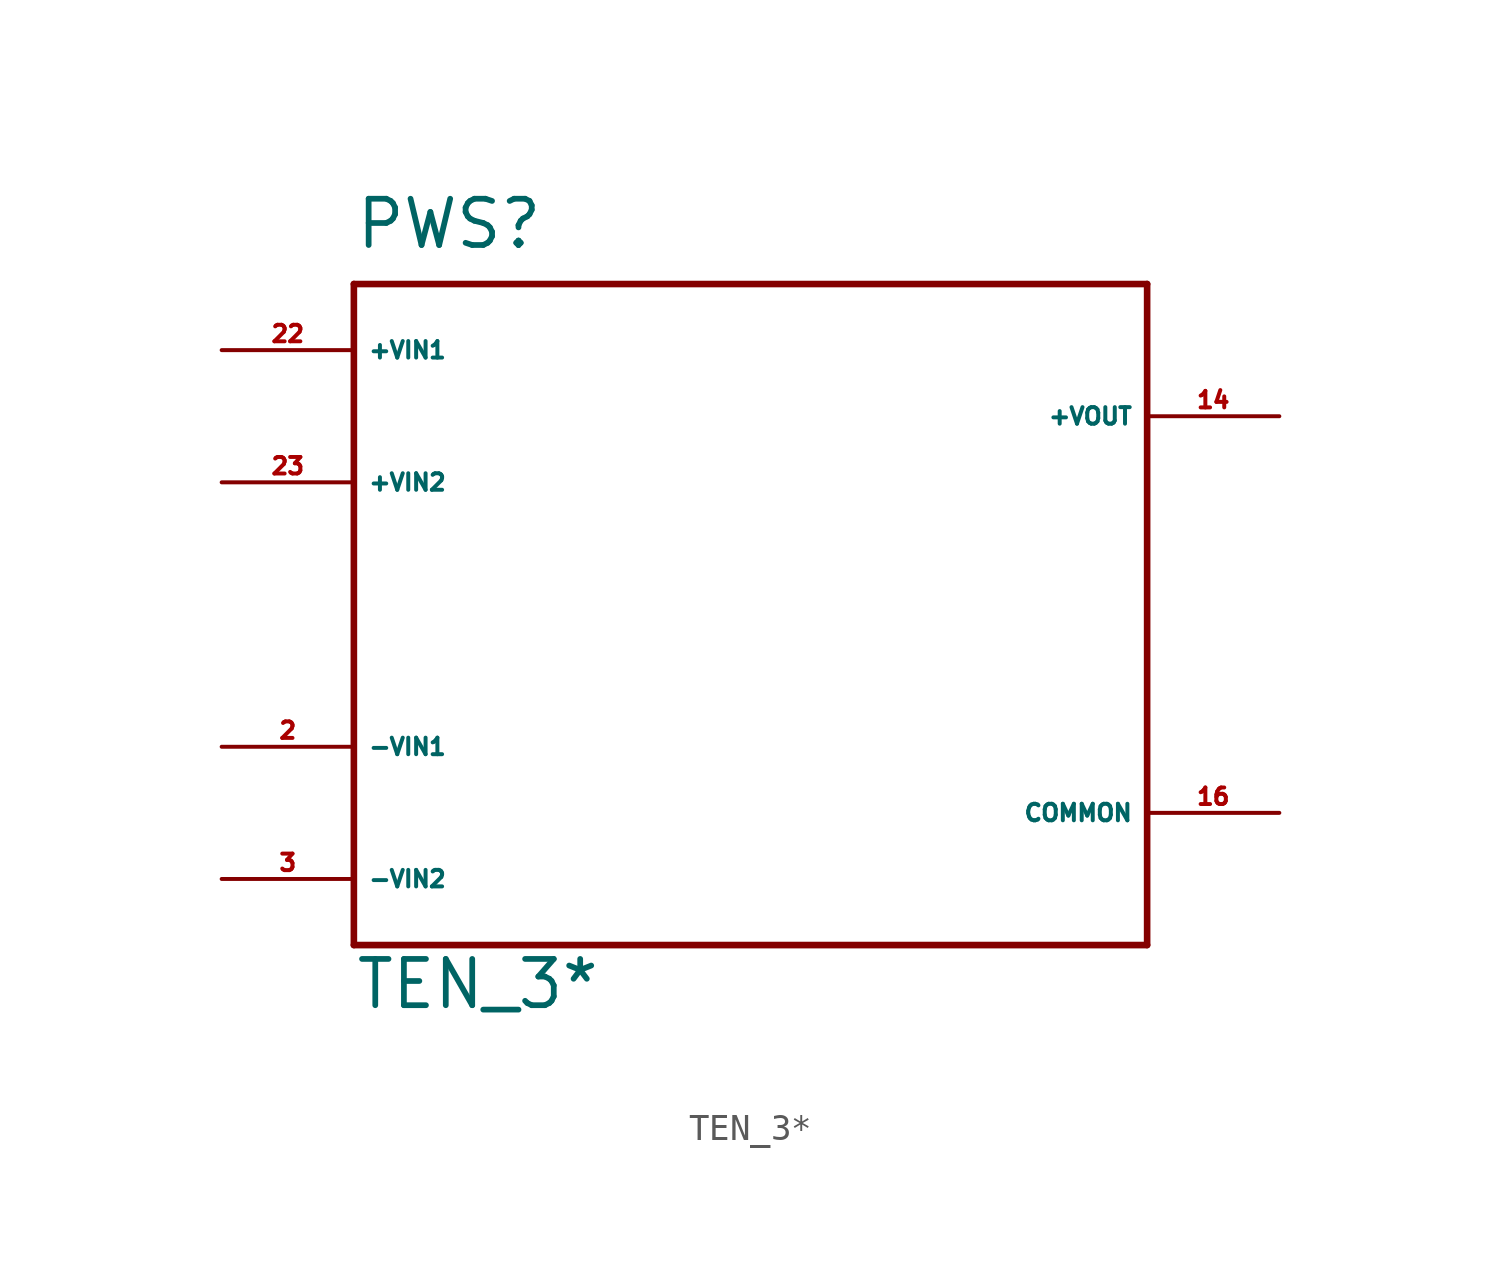
<source format=kicad_sym>
(kicad_symbol_lib
  (version 20220914)
  (generator Eagle2Kicad)
  (symbol "TEN_3*"
    (property "Reference" "PWS"
      (at -15.24 13.97 0)
      (effects (font (size 1.778 1.778) (thickness 0.22)) (justify left bottom)))
    (property "Value" "TEN_3*"
      (at -15.24 -15.24 0)
      (effects (font (size 1.778 1.778) (thickness 0.22)) (justify left bottom)))
    (polyline
      (pts (xy -15.24 -12.7) (xy 15.24 -12.7))
      (stroke (width 0.254) (type default))
      (fill (type none)))
    (polyline
      (pts (xy 15.24 -12.7) (xy 15.24 12.7))
      (stroke (width 0.254) (type default))
      (fill (type none)))
    (polyline
      (pts (xy 15.24 12.7) (xy -15.24 12.7))
      (stroke (width 0.254) (type default))
      (fill (type none)))
    (polyline
      (pts (xy -15.24 12.7) (xy -15.24 -12.7))
      (stroke (width 0.254) (type default))
      (fill (type none)))
    (pin input line
      (at -20.32 -10.16 0)
      (length 5.08)
      (name "-VIN2" (effects (font (size 0.635 0.635) (thickness 0.08)) (justify left bottom)))
      (number "3" (effects (font (size 0.635 0.635) (thickness 0.08)) (justify left bottom))))
    (pin input line
      (at -20.32 -5.08 0)
      (length 5.08)
      (name "-VIN1" (effects (font (size 0.635 0.635) (thickness 0.08)) (justify left bottom)))
      (number "2" (effects (font (size 0.635 0.635) (thickness 0.08)) (justify left bottom))))
    (pin input line
      (at -20.32 5.08 0)
      (length 5.08)
      (name "+VIN2" (effects (font (size 0.635 0.635) (thickness 0.08)) (justify left bottom)))
      (number "23" (effects (font (size 0.635 0.635) (thickness 0.08)) (justify left bottom))))
    (pin input line
      (at -20.32 10.16 0)
      (length 5.08)
      (name "+VIN1" (effects (font (size 0.635 0.635) (thickness 0.08)) (justify left bottom)))
      (number "22" (effects (font (size 0.635 0.635) (thickness 0.08)) (justify left bottom))))
    (pin passive line
      (at 20.32 7.62 180)
      (length 5.08)
      (name "+VOUT" (effects (font (size 0.635 0.635) (thickness 0.08)) (justify left bottom)))
      (number "14" (effects (font (size 0.635 0.635) (thickness 0.08)) (justify left bottom))))
    (pin passive line
      (at 20.32 -7.62 180)
      (length 5.08)
      (name "COMMON" (effects (font (size 0.635 0.635) (thickness 0.08)) (justify left bottom)))
      (number "16" (effects (font (size 0.635 0.635) (thickness 0.08)) (justify left bottom))))))
</source>
